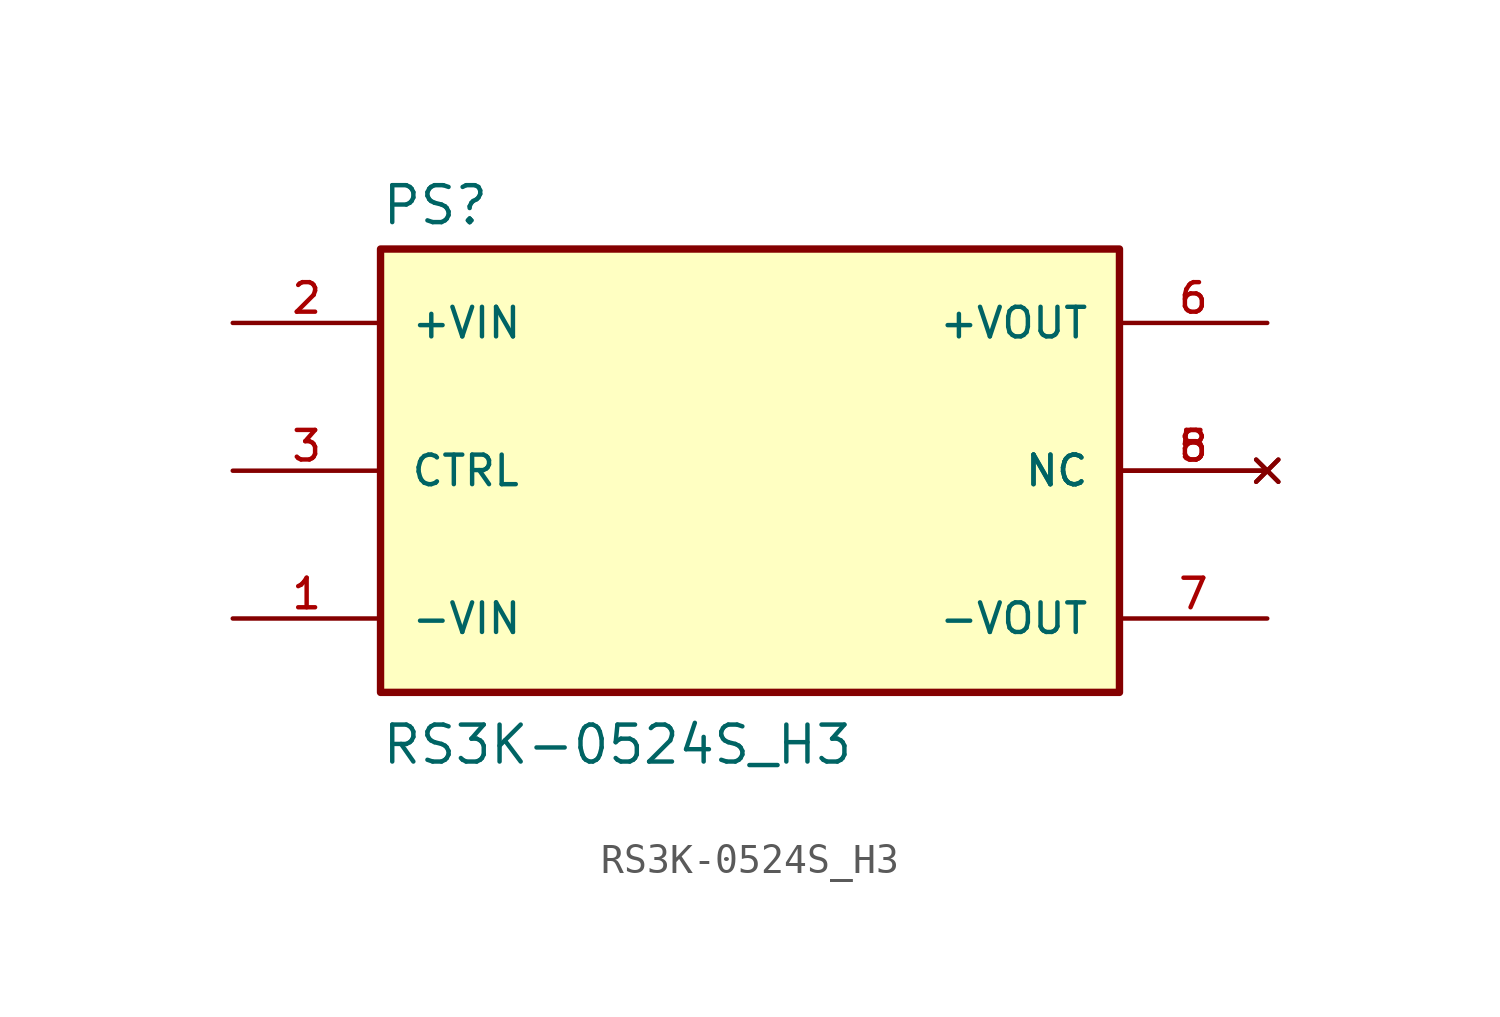
<source format=kicad_sym>
(kicad_symbol_lib
  (version 20241209)
  (generator "kicad_symbol_editor")
  (generator_version "9.0")
  (symbol "RS3K-0524S_H3"
    (pin_names
      (offset 1.016))
    (property "Reference" "PS"
      (at -12.7 8.382 0)
      (effects (font (size 1.27 1.27)) (justify left bottom)))
    (property "Value" "RS3K-0524S_H3"
      (at -12.7 -10.16 0)
      (effects (font (size 1.27 1.27)) (justify left bottom)))
    (symbol "RS3K-0524S_H3_0_0"
      (rectangle (start -12.7 -7.62) (end 12.7 7.62) (stroke (width 0.254) (type default)) (fill (type background)))
      (pin input line (at -17.78 5.08 0) (length 5.08) (name "+VIN" (effects (font (size 1.016 1.016)))) (number "2" (effects (font (size 1.016 1.016)))))
      (pin input line (at -17.78 0 0) (length 5.08) (name "CTRL" (effects (font (size 1.016 1.016)))) (number "3" (effects (font (size 1.016 1.016)))))
      (pin input line (at -17.78 -5.08 0) (length 5.08) (name "-VIN" (effects (font (size 1.016 1.016)))) (number "1" (effects (font (size 1.016 1.016)))))
      (pin output line (at 17.78 5.08 180) (length 5.08) (name "+VOUT" (effects (font (size 1.016 1.016)))) (number "6" (effects (font (size 1.016 1.016)))))
      (pin no_connect line (at 17.78 0 180) (length 5.08) (name "NC" (effects (font (size 1.016 1.016)))) (number "5" (effects (font (size 1.016 1.016)))))
      (pin no_connect line (at 17.78 0 180) (length 5.08) (name "NC" (effects (font (size 1.016 1.016)))) (number "8" (effects (font (size 1.016 1.016)))))
      (pin output line (at 17.78 -5.08 180) (length 5.08) (name "-VOUT" (effects (font (size 1.016 1.016)))) (number "7" (effects (font (size 1.016 1.016))))))))
</source>
